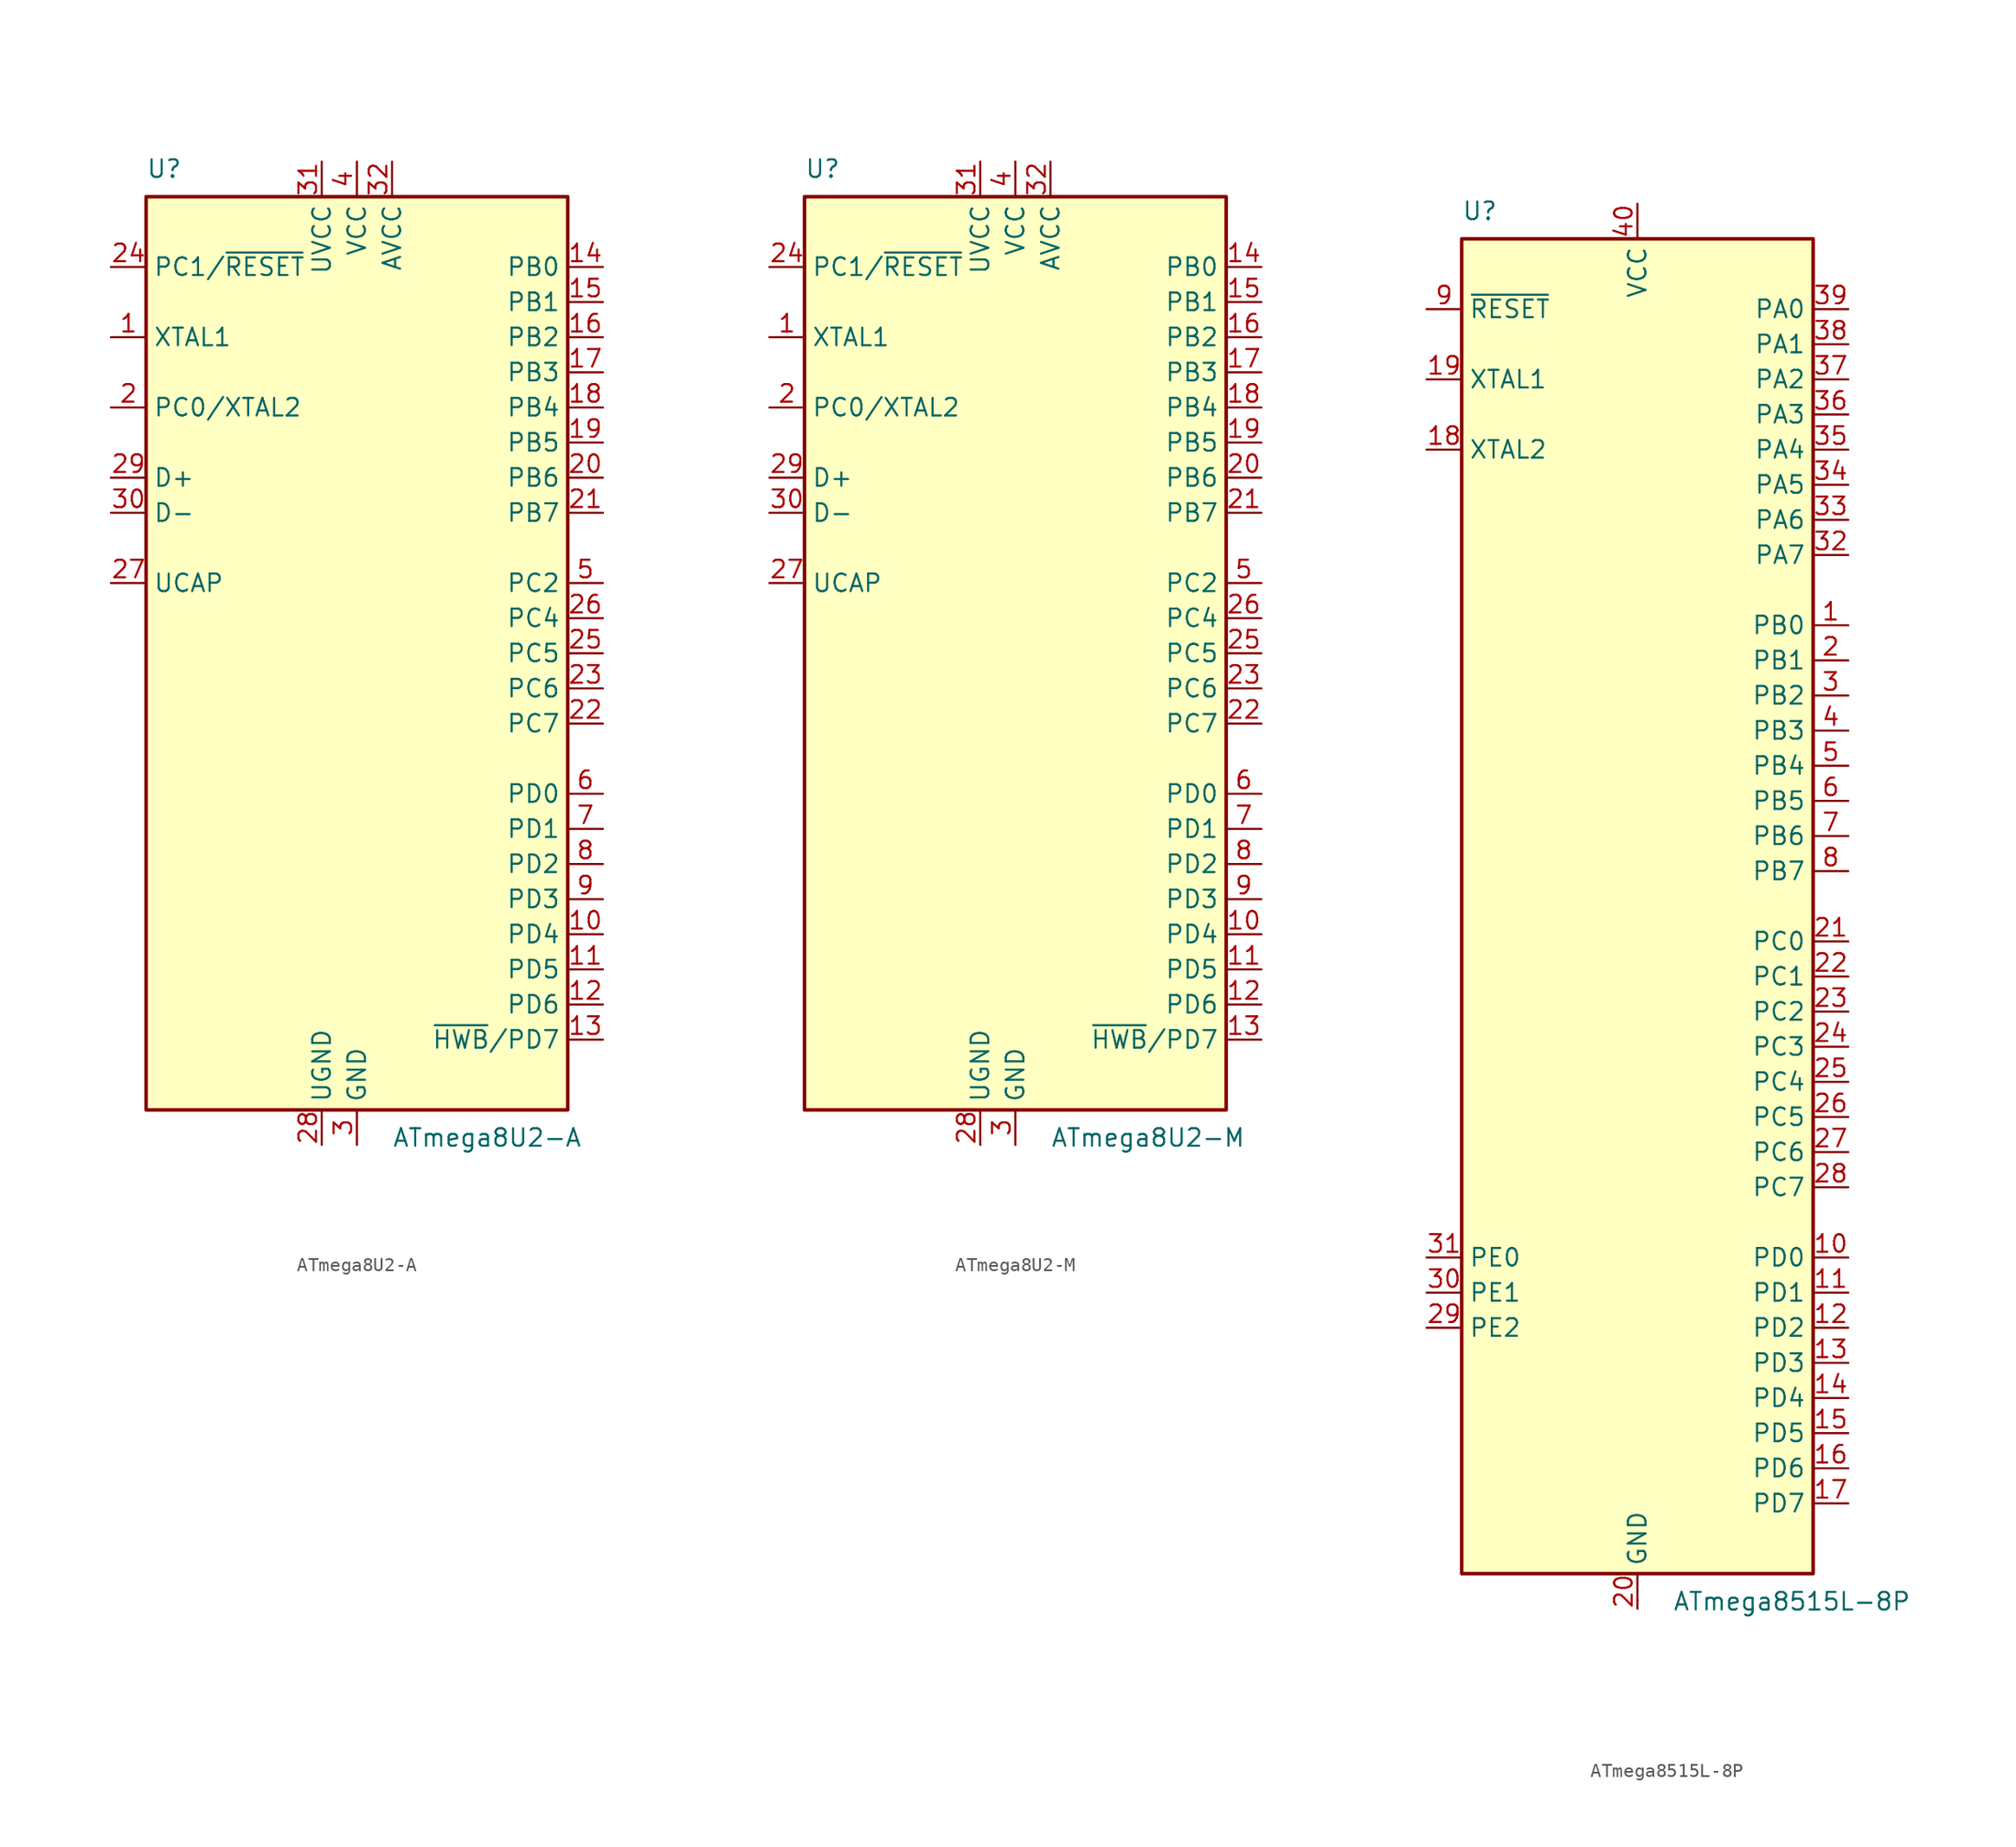
<source format=kicad_sym>
(kicad_symbol_lib
  (version 20201005)
  (generator kicad_symbol_editor)
  (symbol "ATmega8U2-A"
    (property "Reference" "U"
      (at -15.24 34.29 0)
      (effects (font (size 1.27 1.27)) (justify left bottom)))
    (property "Value" "ATmega8U2-A"
      (at 2.54 -34.29 0)
      (effects (font (size 1.27 1.27)) (justify left top)))
    (symbol "ATmega8U2-A_0_1"
      (rectangle (start -15.24 -33.02) (end 15.24 33.02) (stroke (width 0.254)) (fill (type background))))
    (symbol "ATmega8U2-A_1_1"
      (pin input line (at -17.78 22.86 0) (length 2.54) (name "XTAL1" (effects (font (size 1.27 1.27)))) (number "1" (effects (font (size 1.27 1.27)))))
      (pin bidirectional line (at 17.78 -20.32 180) (length 2.54) (name "PD4" (effects (font (size 1.27 1.27)))) (number "10" (effects (font (size 1.27 1.27)))))
      (pin bidirectional line (at 17.78 -22.86 180) (length 2.54) (name "PD5" (effects (font (size 1.27 1.27)))) (number "11" (effects (font (size 1.27 1.27)))))
      (pin bidirectional line (at 17.78 -25.4 180) (length 2.54) (name "PD6" (effects (font (size 1.27 1.27)))) (number "12" (effects (font (size 1.27 1.27)))))
      (pin bidirectional line (at 17.78 -27.94 180) (length 2.54) (name "~HWB~/PD7" (effects (font (size 1.27 1.27)))) (number "13" (effects (font (size 1.27 1.27)))))
      (pin bidirectional line (at 17.78 27.94 180) (length 2.54) (name "PB0" (effects (font (size 1.27 1.27)))) (number "14" (effects (font (size 1.27 1.27)))))
      (pin bidirectional line (at 17.78 25.4 180) (length 2.54) (name "PB1" (effects (font (size 1.27 1.27)))) (number "15" (effects (font (size 1.27 1.27)))))
      (pin bidirectional line (at 17.78 22.86 180) (length 2.54) (name "PB2" (effects (font (size 1.27 1.27)))) (number "16" (effects (font (size 1.27 1.27)))))
      (pin bidirectional line (at 17.78 20.32 180) (length 2.54) (name "PB3" (effects (font (size 1.27 1.27)))) (number "17" (effects (font (size 1.27 1.27)))))
      (pin bidirectional line (at 17.78 17.78 180) (length 2.54) (name "PB4" (effects (font (size 1.27 1.27)))) (number "18" (effects (font (size 1.27 1.27)))))
      (pin bidirectional line (at 17.78 15.24 180) (length 2.54) (name "PB5" (effects (font (size 1.27 1.27)))) (number "19" (effects (font (size 1.27 1.27)))))
      (pin bidirectional line (at -17.78 17.78 0) (length 2.54) (name "PC0/XTAL2" (effects (font (size 1.27 1.27)))) (number "2" (effects (font (size 1.27 1.27)))))
      (pin bidirectional line (at 17.78 12.7 180) (length 2.54) (name "PB6" (effects (font (size 1.27 1.27)))) (number "20" (effects (font (size 1.27 1.27)))))
      (pin bidirectional line (at 17.78 10.16 180) (length 2.54) (name "PB7" (effects (font (size 1.27 1.27)))) (number "21" (effects (font (size 1.27 1.27)))))
      (pin bidirectional line (at 17.78 -5.08 180) (length 2.54) (name "PC7" (effects (font (size 1.27 1.27)))) (number "22" (effects (font (size 1.27 1.27)))))
      (pin bidirectional line (at 17.78 -2.54 180) (length 2.54) (name "PC6" (effects (font (size 1.27 1.27)))) (number "23" (effects (font (size 1.27 1.27)))))
      (pin bidirectional line (at -17.78 27.94 0) (length 2.54) (name "PC1/~RESET" (effects (font (size 1.27 1.27)))) (number "24" (effects (font (size 1.27 1.27)))))
      (pin bidirectional line (at 17.78 0 180) (length 2.54) (name "PC5" (effects (font (size 1.27 1.27)))) (number "25" (effects (font (size 1.27 1.27)))))
      (pin bidirectional line (at 17.78 2.54 180) (length 2.54) (name "PC4" (effects (font (size 1.27 1.27)))) (number "26" (effects (font (size 1.27 1.27)))))
      (pin passive line (at -17.78 5.08 0) (length 2.54) (name "UCAP" (effects (font (size 1.27 1.27)))) (number "27" (effects (font (size 1.27 1.27)))))
      (pin power_in line (at -2.54 -35.56 90) (length 2.54) (name "UGND" (effects (font (size 1.27 1.27)))) (number "28" (effects (font (size 1.27 1.27)))))
      (pin bidirectional line (at -17.78 12.7 0) (length 2.54) (name "D+" (effects (font (size 1.27 1.27)))) (number "29" (effects (font (size 1.27 1.27)))))
      (pin power_in line (at 0 -35.56 90) (length 2.54) (name "GND" (effects (font (size 1.27 1.27)))) (number "3" (effects (font (size 1.27 1.27)))))
      (pin bidirectional line (at -17.78 10.16 0) (length 2.54) (name "D-" (effects (font (size 1.27 1.27)))) (number "30" (effects (font (size 1.27 1.27)))))
      (pin power_in line (at -2.54 35.56 270) (length 2.54) (name "UVCC" (effects (font (size 1.27 1.27)))) (number "31" (effects (font (size 1.27 1.27)))))
      (pin power_in line (at 2.54 35.56 270) (length 2.54) (name "AVCC" (effects (font (size 1.27 1.27)))) (number "32" (effects (font (size 1.27 1.27)))))
      (pin power_in line (at 0 35.56 270) (length 2.54) (name "VCC" (effects (font (size 1.27 1.27)))) (number "4" (effects (font (size 1.27 1.27)))))
      (pin bidirectional line (at 17.78 5.08 180) (length 2.54) (name "PC2" (effects (font (size 1.27 1.27)))) (number "5" (effects (font (size 1.27 1.27)))))
      (pin bidirectional line (at 17.78 -10.16 180) (length 2.54) (name "PD0" (effects (font (size 1.27 1.27)))) (number "6" (effects (font (size 1.27 1.27)))))
      (pin bidirectional line (at 17.78 -12.7 180) (length 2.54) (name "PD1" (effects (font (size 1.27 1.27)))) (number "7" (effects (font (size 1.27 1.27)))))
      (pin bidirectional line (at 17.78 -15.24 180) (length 2.54) (name "PD2" (effects (font (size 1.27 1.27)))) (number "8" (effects (font (size 1.27 1.27)))))
      (pin bidirectional line (at 17.78 -17.78 180) (length 2.54) (name "PD3" (effects (font (size 1.27 1.27)))) (number "9" (effects (font (size 1.27 1.27)))))))
  (symbol "ATmega8U2-M"
    (property "Reference" "U"
      (at -15.24 34.29 0)
      (effects (font (size 1.27 1.27)) (justify left bottom)))
    (property "Value" "ATmega8U2-M"
      (at 2.54 -34.29 0)
      (effects (font (size 1.27 1.27)) (justify left top)))
    (symbol "ATmega8U2-M_0_1"
      (rectangle (start -15.24 -33.02) (end 15.24 33.02) (stroke (width 0.254)) (fill (type background))))
    (symbol "ATmega8U2-M_1_1"
      (pin input line (at -17.78 22.86 0) (length 2.54) (name "XTAL1" (effects (font (size 1.27 1.27)))) (number "1" (effects (font (size 1.27 1.27)))))
      (pin bidirectional line (at 17.78 -20.32 180) (length 2.54) (name "PD4" (effects (font (size 1.27 1.27)))) (number "10" (effects (font (size 1.27 1.27)))))
      (pin bidirectional line (at 17.78 -22.86 180) (length 2.54) (name "PD5" (effects (font (size 1.27 1.27)))) (number "11" (effects (font (size 1.27 1.27)))))
      (pin bidirectional line (at 17.78 -25.4 180) (length 2.54) (name "PD6" (effects (font (size 1.27 1.27)))) (number "12" (effects (font (size 1.27 1.27)))))
      (pin bidirectional line (at 17.78 -27.94 180) (length 2.54) (name "~HWB~/PD7" (effects (font (size 1.27 1.27)))) (number "13" (effects (font (size 1.27 1.27)))))
      (pin bidirectional line (at 17.78 27.94 180) (length 2.54) (name "PB0" (effects (font (size 1.27 1.27)))) (number "14" (effects (font (size 1.27 1.27)))))
      (pin bidirectional line (at 17.78 25.4 180) (length 2.54) (name "PB1" (effects (font (size 1.27 1.27)))) (number "15" (effects (font (size 1.27 1.27)))))
      (pin bidirectional line (at 17.78 22.86 180) (length 2.54) (name "PB2" (effects (font (size 1.27 1.27)))) (number "16" (effects (font (size 1.27 1.27)))))
      (pin bidirectional line (at 17.78 20.32 180) (length 2.54) (name "PB3" (effects (font (size 1.27 1.27)))) (number "17" (effects (font (size 1.27 1.27)))))
      (pin bidirectional line (at 17.78 17.78 180) (length 2.54) (name "PB4" (effects (font (size 1.27 1.27)))) (number "18" (effects (font (size 1.27 1.27)))))
      (pin bidirectional line (at 17.78 15.24 180) (length 2.54) (name "PB5" (effects (font (size 1.27 1.27)))) (number "19" (effects (font (size 1.27 1.27)))))
      (pin bidirectional line (at -17.78 17.78 0) (length 2.54) (name "PC0/XTAL2" (effects (font (size 1.27 1.27)))) (number "2" (effects (font (size 1.27 1.27)))))
      (pin bidirectional line (at 17.78 12.7 180) (length 2.54) (name "PB6" (effects (font (size 1.27 1.27)))) (number "20" (effects (font (size 1.27 1.27)))))
      (pin bidirectional line (at 17.78 10.16 180) (length 2.54) (name "PB7" (effects (font (size 1.27 1.27)))) (number "21" (effects (font (size 1.27 1.27)))))
      (pin bidirectional line (at 17.78 -5.08 180) (length 2.54) (name "PC7" (effects (font (size 1.27 1.27)))) (number "22" (effects (font (size 1.27 1.27)))))
      (pin bidirectional line (at 17.78 -2.54 180) (length 2.54) (name "PC6" (effects (font (size 1.27 1.27)))) (number "23" (effects (font (size 1.27 1.27)))))
      (pin bidirectional line (at -17.78 27.94 0) (length 2.54) (name "PC1/~RESET" (effects (font (size 1.27 1.27)))) (number "24" (effects (font (size 1.27 1.27)))))
      (pin bidirectional line (at 17.78 0 180) (length 2.54) (name "PC5" (effects (font (size 1.27 1.27)))) (number "25" (effects (font (size 1.27 1.27)))))
      (pin bidirectional line (at 17.78 2.54 180) (length 2.54) (name "PC4" (effects (font (size 1.27 1.27)))) (number "26" (effects (font (size 1.27 1.27)))))
      (pin passive line (at -17.78 5.08 0) (length 2.54) (name "UCAP" (effects (font (size 1.27 1.27)))) (number "27" (effects (font (size 1.27 1.27)))))
      (pin power_in line (at -2.54 -35.56 90) (length 2.54) (name "UGND" (effects (font (size 1.27 1.27)))) (number "28" (effects (font (size 1.27 1.27)))))
      (pin bidirectional line (at -17.78 12.7 0) (length 2.54) (name "D+" (effects (font (size 1.27 1.27)))) (number "29" (effects (font (size 1.27 1.27)))))
      (pin power_in line (at 0 -35.56 90) (length 2.54) (name "GND" (effects (font (size 1.27 1.27)))) (number "3" (effects (font (size 1.27 1.27)))))
      (pin bidirectional line (at -17.78 10.16 0) (length 2.54) (name "D-" (effects (font (size 1.27 1.27)))) (number "30" (effects (font (size 1.27 1.27)))))
      (pin power_in line (at -2.54 35.56 270) (length 2.54) (name "UVCC" (effects (font (size 1.27 1.27)))) (number "31" (effects (font (size 1.27 1.27)))))
      (pin power_in line (at 2.54 35.56 270) (length 2.54) (name "AVCC" (effects (font (size 1.27 1.27)))) (number "32" (effects (font (size 1.27 1.27)))))
      (pin passive line (at 0 -35.56 90) (length 2.54) hide (name "GND" (effects (font (size 1.27 1.27)))) (number "33" (effects (font (size 1.27 1.27)))))
      (pin power_in line (at 0 35.56 270) (length 2.54) (name "VCC" (effects (font (size 1.27 1.27)))) (number "4" (effects (font (size 1.27 1.27)))))
      (pin bidirectional line (at 17.78 5.08 180) (length 2.54) (name "PC2" (effects (font (size 1.27 1.27)))) (number "5" (effects (font (size 1.27 1.27)))))
      (pin bidirectional line (at 17.78 -10.16 180) (length 2.54) (name "PD0" (effects (font (size 1.27 1.27)))) (number "6" (effects (font (size 1.27 1.27)))))
      (pin bidirectional line (at 17.78 -12.7 180) (length 2.54) (name "PD1" (effects (font (size 1.27 1.27)))) (number "7" (effects (font (size 1.27 1.27)))))
      (pin bidirectional line (at 17.78 -15.24 180) (length 2.54) (name "PD2" (effects (font (size 1.27 1.27)))) (number "8" (effects (font (size 1.27 1.27)))))
      (pin bidirectional line (at 17.78 -17.78 180) (length 2.54) (name "PD3" (effects (font (size 1.27 1.27)))) (number "9" (effects (font (size 1.27 1.27)))))))
  (symbol "ATmega8515L-8P"
    (property "Reference" "U"
      (at -12.7 49.53 0)
      (effects (font (size 1.27 1.27)) (justify left bottom)))
    (property "Value" "ATmega8515L-8P"
      (at 2.54 -49.53 0)
      (effects (font (size 1.27 1.27)) (justify left top)))
    (symbol "ATmega8515L-8P_0_1"
      (rectangle (start -12.7 -48.26) (end 12.7 48.26) (stroke (width 0.254)) (fill (type background))))
    (symbol "ATmega8515L-8P_1_1"
      (pin bidirectional line (at 15.24 20.32 180) (length 2.54) (name "PB0" (effects (font (size 1.27 1.27)))) (number "1" (effects (font (size 1.27 1.27)))))
      (pin bidirectional line (at 15.24 -25.4 180) (length 2.54) (name "PD0" (effects (font (size 1.27 1.27)))) (number "10" (effects (font (size 1.27 1.27)))))
      (pin bidirectional line (at 15.24 -27.94 180) (length 2.54) (name "PD1" (effects (font (size 1.27 1.27)))) (number "11" (effects (font (size 1.27 1.27)))))
      (pin bidirectional line (at 15.24 -30.48 180) (length 2.54) (name "PD2" (effects (font (size 1.27 1.27)))) (number "12" (effects (font (size 1.27 1.27)))))
      (pin bidirectional line (at 15.24 -33.02 180) (length 2.54) (name "PD3" (effects (font (size 1.27 1.27)))) (number "13" (effects (font (size 1.27 1.27)))))
      (pin bidirectional line (at 15.24 -35.56 180) (length 2.54) (name "PD4" (effects (font (size 1.27 1.27)))) (number "14" (effects (font (size 1.27 1.27)))))
      (pin bidirectional line (at 15.24 -38.1 180) (length 2.54) (name "PD5" (effects (font (size 1.27 1.27)))) (number "15" (effects (font (size 1.27 1.27)))))
      (pin bidirectional line (at 15.24 -40.64 180) (length 2.54) (name "PD6" (effects (font (size 1.27 1.27)))) (number "16" (effects (font (size 1.27 1.27)))))
      (pin bidirectional line (at 15.24 -43.18 180) (length 2.54) (name "PD7" (effects (font (size 1.27 1.27)))) (number "17" (effects (font (size 1.27 1.27)))))
      (pin output line (at -15.24 33.02 0) (length 2.54) (name "XTAL2" (effects (font (size 1.27 1.27)))) (number "18" (effects (font (size 1.27 1.27)))))
      (pin input line (at -15.24 38.1 0) (length 2.54) (name "XTAL1" (effects (font (size 1.27 1.27)))) (number "19" (effects (font (size 1.27 1.27)))))
      (pin bidirectional line (at 15.24 17.78 180) (length 2.54) (name "PB1" (effects (font (size 1.27 1.27)))) (number "2" (effects (font (size 1.27 1.27)))))
      (pin power_in line (at 0 -50.8 90) (length 2.54) (name "GND" (effects (font (size 1.27 1.27)))) (number "20" (effects (font (size 1.27 1.27)))))
      (pin bidirectional line (at 15.24 -2.54 180) (length 2.54) (name "PC0" (effects (font (size 1.27 1.27)))) (number "21" (effects (font (size 1.27 1.27)))))
      (pin bidirectional line (at 15.24 -5.08 180) (length 2.54) (name "PC1" (effects (font (size 1.27 1.27)))) (number "22" (effects (font (size 1.27 1.27)))))
      (pin bidirectional line (at 15.24 -7.62 180) (length 2.54) (name "PC2" (effects (font (size 1.27 1.27)))) (number "23" (effects (font (size 1.27 1.27)))))
      (pin bidirectional line (at 15.24 -10.16 180) (length 2.54) (name "PC3" (effects (font (size 1.27 1.27)))) (number "24" (effects (font (size 1.27 1.27)))))
      (pin bidirectional line (at 15.24 -12.7 180) (length 2.54) (name "PC4" (effects (font (size 1.27 1.27)))) (number "25" (effects (font (size 1.27 1.27)))))
      (pin bidirectional line (at 15.24 -15.24 180) (length 2.54) (name "PC5" (effects (font (size 1.27 1.27)))) (number "26" (effects (font (size 1.27 1.27)))))
      (pin bidirectional line (at 15.24 -17.78 180) (length 2.54) (name "PC6" (effects (font (size 1.27 1.27)))) (number "27" (effects (font (size 1.27 1.27)))))
      (pin bidirectional line (at 15.24 -20.32 180) (length 2.54) (name "PC7" (effects (font (size 1.27 1.27)))) (number "28" (effects (font (size 1.27 1.27)))))
      (pin bidirectional line (at -15.24 -30.48 0) (length 2.54) (name "PE2" (effects (font (size 1.27 1.27)))) (number "29" (effects (font (size 1.27 1.27)))))
      (pin bidirectional line (at 15.24 15.24 180) (length 2.54) (name "PB2" (effects (font (size 1.27 1.27)))) (number "3" (effects (font (size 1.27 1.27)))))
      (pin bidirectional line (at -15.24 -27.94 0) (length 2.54) (name "PE1" (effects (font (size 1.27 1.27)))) (number "30" (effects (font (size 1.27 1.27)))))
      (pin bidirectional line (at -15.24 -25.4 0) (length 2.54) (name "PE0" (effects (font (size 1.27 1.27)))) (number "31" (effects (font (size 1.27 1.27)))))
      (pin bidirectional line (at 15.24 25.4 180) (length 2.54) (name "PA7" (effects (font (size 1.27 1.27)))) (number "32" (effects (font (size 1.27 1.27)))))
      (pin bidirectional line (at 15.24 27.94 180) (length 2.54) (name "PA6" (effects (font (size 1.27 1.27)))) (number "33" (effects (font (size 1.27 1.27)))))
      (pin bidirectional line (at 15.24 30.48 180) (length 2.54) (name "PA5" (effects (font (size 1.27 1.27)))) (number "34" (effects (font (size 1.27 1.27)))))
      (pin bidirectional line (at 15.24 33.02 180) (length 2.54) (name "PA4" (effects (font (size 1.27 1.27)))) (number "35" (effects (font (size 1.27 1.27)))))
      (pin bidirectional line (at 15.24 35.56 180) (length 2.54) (name "PA3" (effects (font (size 1.27 1.27)))) (number "36" (effects (font (size 1.27 1.27)))))
      (pin bidirectional line (at 15.24 38.1 180) (length 2.54) (name "PA2" (effects (font (size 1.27 1.27)))) (number "37" (effects (font (size 1.27 1.27)))))
      (pin bidirectional line (at 15.24 40.64 180) (length 2.54) (name "PA1" (effects (font (size 1.27 1.27)))) (number "38" (effects (font (size 1.27 1.27)))))
      (pin bidirectional line (at 15.24 43.18 180) (length 2.54) (name "PA0" (effects (font (size 1.27 1.27)))) (number "39" (effects (font (size 1.27 1.27)))))
      (pin bidirectional line (at 15.24 12.7 180) (length 2.54) (name "PB3" (effects (font (size 1.27 1.27)))) (number "4" (effects (font (size 1.27 1.27)))))
      (pin power_in line (at 0 50.8 270) (length 2.54) (name "VCC" (effects (font (size 1.27 1.27)))) (number "40" (effects (font (size 1.27 1.27)))))
      (pin bidirectional line (at 15.24 10.16 180) (length 2.54) (name "PB4" (effects (font (size 1.27 1.27)))) (number "5" (effects (font (size 1.27 1.27)))))
      (pin bidirectional line (at 15.24 7.62 180) (length 2.54) (name "PB5" (effects (font (size 1.27 1.27)))) (number "6" (effects (font (size 1.27 1.27)))))
      (pin bidirectional line (at 15.24 5.08 180) (length 2.54) (name "PB6" (effects (font (size 1.27 1.27)))) (number "7" (effects (font (size 1.27 1.27)))))
      (pin bidirectional line (at 15.24 2.54 180) (length 2.54) (name "PB7" (effects (font (size 1.27 1.27)))) (number "8" (effects (font (size 1.27 1.27)))))
      (pin input line (at -15.24 43.18 0) (length 2.54) (name "~RESET" (effects (font (size 1.27 1.27)))) (number "9" (effects (font (size 1.27 1.27))))))))
</source>
